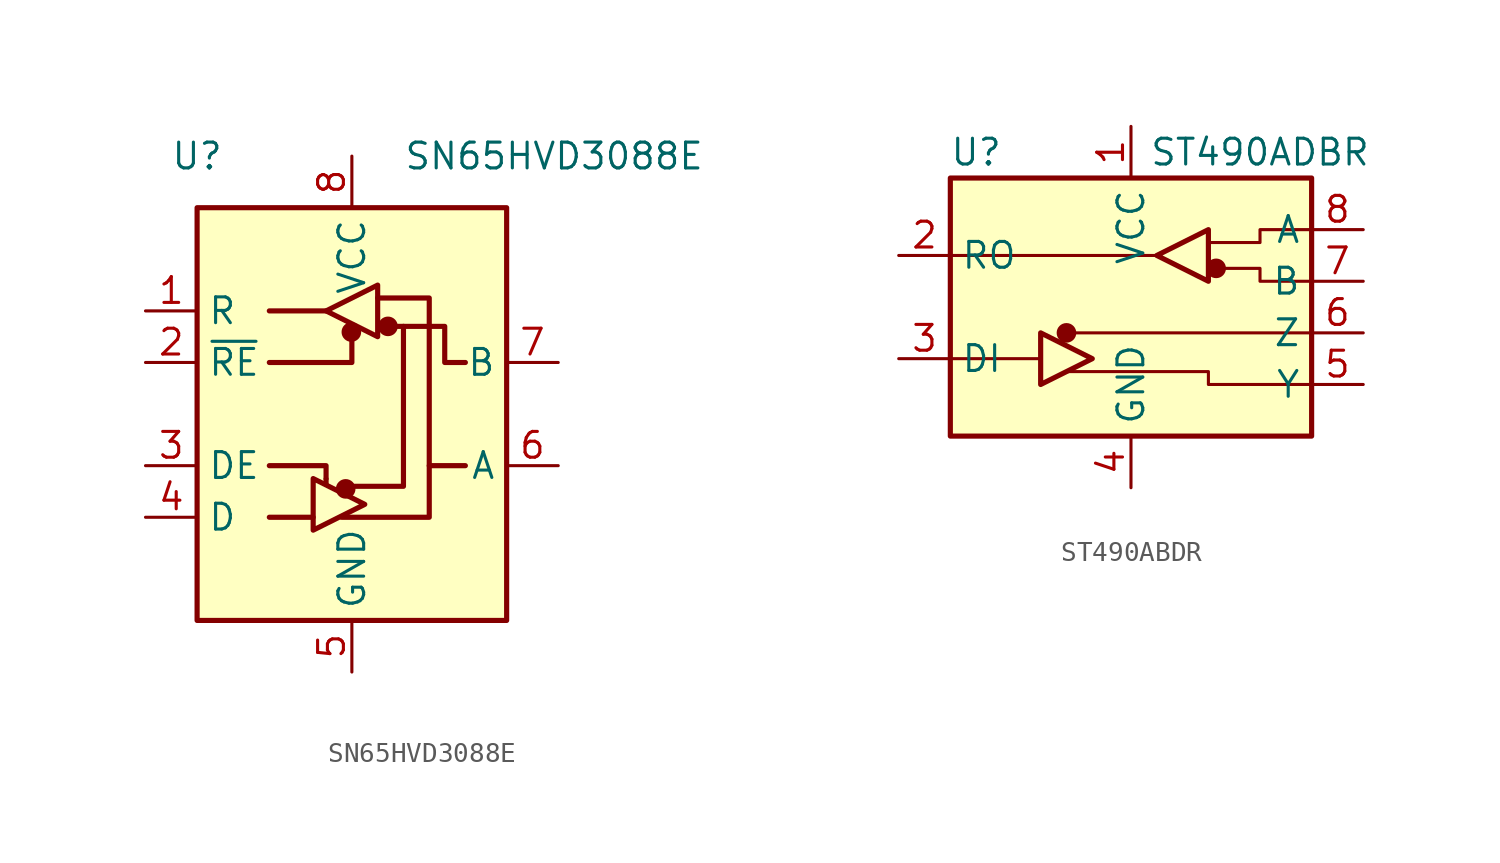
<source format=kicad_sym>
(kicad_symbol_lib
  (version 20220914)
  (generator kicad_symbol_editor)
  (symbol "SN65HVD3088E"
    (property "Reference" "U"
      (at -7.62 12.7 0)
      (effects (font (size 1.27 1.27))))
    (property "Value" "SN65HVD3088E"
      (at 2.54 12.7 0)
      (effects (font (size 1.27 1.27)) (justify left)))
    (symbol "SN65HVD3088E_0_1"
      (rectangle (start -7.62 10.16) (end 7.62 -10.16) (stroke (width 0.254) (type default)) (fill (type background)))
      (circle (center -0.305 -3.683) (radius 0.356) (stroke (width 0.254) (type default)) (fill (type outline)))
      (circle (center -0.025 4.039) (radius 0.356) (stroke (width 0.254) (type default)) (fill (type outline)))
      (polyline (pts (xy -4.064 -5.08) (xy -1.905 -5.08)) (stroke (width 0.254) (type default)) (fill (type none)))
      (polyline (pts (xy -4.064 5.08) (xy -1.27 5.08)) (stroke (width 0.254) (type default)) (fill (type none)))
      (polyline (pts (xy -1.27 -3.2) (xy -1.27 -3.454)) (stroke (width 0.254) (type default)) (fill (type none)))
      (polyline (pts (xy -4.064 -2.54) (xy -1.27 -2.54) (xy -1.27 -3.175)) (stroke (width 0.254) (type default)) (fill (type none)))
      (polyline (pts (xy 0 3.81) (xy 0 2.54) (xy -4.064 2.54)) (stroke (width 0.254) (type default)) (fill (type none)))
      (polyline (pts (xy 1.27 5.715) (xy 3.81 5.715) (xy 3.81 -2.54)) (stroke (width 0.254) (type default)) (fill (type none)))
      (polyline (pts (xy 2.54 4.318) (xy 2.54 -3.556) (xy -0.254 -3.556)) (stroke (width 0.254) (type default)) (fill (type none)))
      (polyline (pts (xy -1.905 -3.175) (xy -1.905 -5.715) (xy 0.635 -4.445) (xy -1.905 -3.175)) (stroke (width 0.254) (type default)) (fill (type none)))
      (polyline (pts (xy -1.27 5.08) (xy 1.27 6.35) (xy 1.27 3.81) (xy -1.27 5.08)) (stroke (width 0.254) (type default)) (fill (type none)))
      (polyline (pts (xy -0.508 -5.08) (xy 3.81 -5.08) (xy 3.81 -2.54) (xy 5.588 -2.54)) (stroke (width 0.254) (type default)) (fill (type none)))
      (polyline (pts (xy 2.032 4.318) (xy 4.572 4.318) (xy 4.572 2.54) (xy 5.588 2.54)) (stroke (width 0.254) (type default)) (fill (type none)))
      (circle (center 1.778 4.318) (radius 0.356) (stroke (width 0.254) (type default)) (fill (type outline))))
    (symbol "SN65HVD3088E_1_1"
      (pin output line (at -10.16 5.08 0) (length 2.54) (name "R" (effects (font (size 1.27 1.27)))) (number "1" (effects (font (size 1.27 1.27)))))
      (pin input line (at -10.16 2.54 0) (length 2.54) (name "~{RE}" (effects (font (size 1.27 1.27)))) (number "2" (effects (font (size 1.27 1.27)))))
      (pin input line (at -10.16 -2.54 0) (length 2.54) (name "DE" (effects (font (size 1.27 1.27)))) (number "3" (effects (font (size 1.27 1.27)))))
      (pin input line (at -10.16 -5.08 0) (length 2.54) (name "D" (effects (font (size 1.27 1.27)))) (number "4" (effects (font (size 1.27 1.27)))))
      (pin power_in line (at 0 -12.7 90) (length 2.54) (name "GND" (effects (font (size 1.27 1.27)))) (number "5" (effects (font (size 1.27 1.27)))))
      (pin bidirectional line (at 10.16 -2.54 180) (length 2.54) (name "A" (effects (font (size 1.27 1.27)))) (number "6" (effects (font (size 1.27 1.27)))))
      (pin bidirectional line (at 10.16 2.54 180) (length 2.54) (name "B" (effects (font (size 1.27 1.27)))) (number "7" (effects (font (size 1.27 1.27)))))
      (pin power_in line (at 0 12.7 270) (length 2.54) (name "VCC" (effects (font (size 1.27 1.27)))) (number "8" (effects (font (size 1.27 1.27)))))))
  (symbol "ST490ABDR"
    (property "Reference" "U"
      (at -7.62 7.62 0)
      (effects (font (size 1.27 1.27))))
    (property "Value" "ST490ADBR"
      (at 6.35 7.62 0)
      (effects (font (size 1.27 1.27))))
    (symbol "ST490ABDR_0_1"
      (rectangle (start -8.89 6.35) (end 8.89 -6.35) (stroke (width 0.254) (type default)) (fill (type background)))
      (circle (center -3.175 -1.27) (radius 0.356) (stroke (width 0.254) (type default)) (fill (type outline)))
      (polyline (pts (xy -8.89 -2.54) (xy -4.445 -2.54)) (stroke (width 0) (type default)) (fill (type none)))
      (polyline (pts (xy -8.89 2.54) (xy 1.27 2.54)) (stroke (width 0) (type default)) (fill (type none)))
      (polyline (pts (xy 8.89 -1.27) (xy -3.175 -1.27)) (stroke (width 0) (type default)) (fill (type none)))
      (polyline (pts (xy -4.445 -1.27) (xy -4.445 -3.81) (xy -1.905 -2.54) (xy -4.445 -1.27)) (stroke (width 0.254) (type default)) (fill (type none)))
      (polyline (pts (xy 1.27 2.54) (xy 3.81 3.81) (xy 3.81 1.27) (xy 1.27 2.54)) (stroke (width 0.254) (type default)) (fill (type none)))
      (polyline (pts (xy 8.89 -3.81) (xy 3.81 -3.81) (xy 3.81 -3.175) (xy -3.175 -3.175)) (stroke (width 0) (type default)) (fill (type none)))
      (polyline (pts (xy 8.89 1.27) (xy 6.35 1.27) (xy 6.35 1.905) (xy 4.445 1.905)) (stroke (width 0) (type default)) (fill (type none)))
      (polyline (pts (xy 8.89 3.81) (xy 6.35 3.81) (xy 6.35 3.175) (xy 3.81 3.175)) (stroke (width 0) (type default)) (fill (type none)))
      (circle (center 4.191 1.905) (radius 0.356) (stroke (width 0.254) (type default)) (fill (type outline))))
    (symbol "ST490ABDR_1_1"
      (pin power_in line (at 0 8.89 270) (length 2.54) (name "VCC" (effects (font (size 1.27 1.27)))) (number "1" (effects (font (size 1.27 1.27)))))
      (pin output line (at -11.43 2.54 0) (length 2.54) (name "RO" (effects (font (size 1.27 1.27)))) (number "2" (effects (font (size 1.27 1.27)))))
      (pin input line (at -11.43 -2.54 0) (length 2.54) (name "DI" (effects (font (size 1.27 1.27)))) (number "3" (effects (font (size 1.27 1.27)))))
      (pin power_in line (at 0 -8.89 90) (length 2.54) (name "GND" (effects (font (size 1.27 1.27)))) (number "4" (effects (font (size 1.27 1.27)))))
      (pin output line (at 11.43 -3.81 180) (length 2.54) (name "Y" (effects (font (size 1.27 1.27)))) (number "5" (effects (font (size 1.27 1.27)))))
      (pin output line (at 11.43 -1.27 180) (length 2.54) (name "Z" (effects (font (size 1.27 1.27)))) (number "6" (effects (font (size 1.27 1.27)))))
      (pin input line (at 11.43 1.27 180) (length 2.54) (name "B" (effects (font (size 1.27 1.27)))) (number "7" (effects (font (size 1.27 1.27)))))
      (pin input line (at 11.43 3.81 180) (length 2.54) (name "A" (effects (font (size 1.27 1.27)))) (number "8" (effects (font (size 1.27 1.27))))))))
</source>
